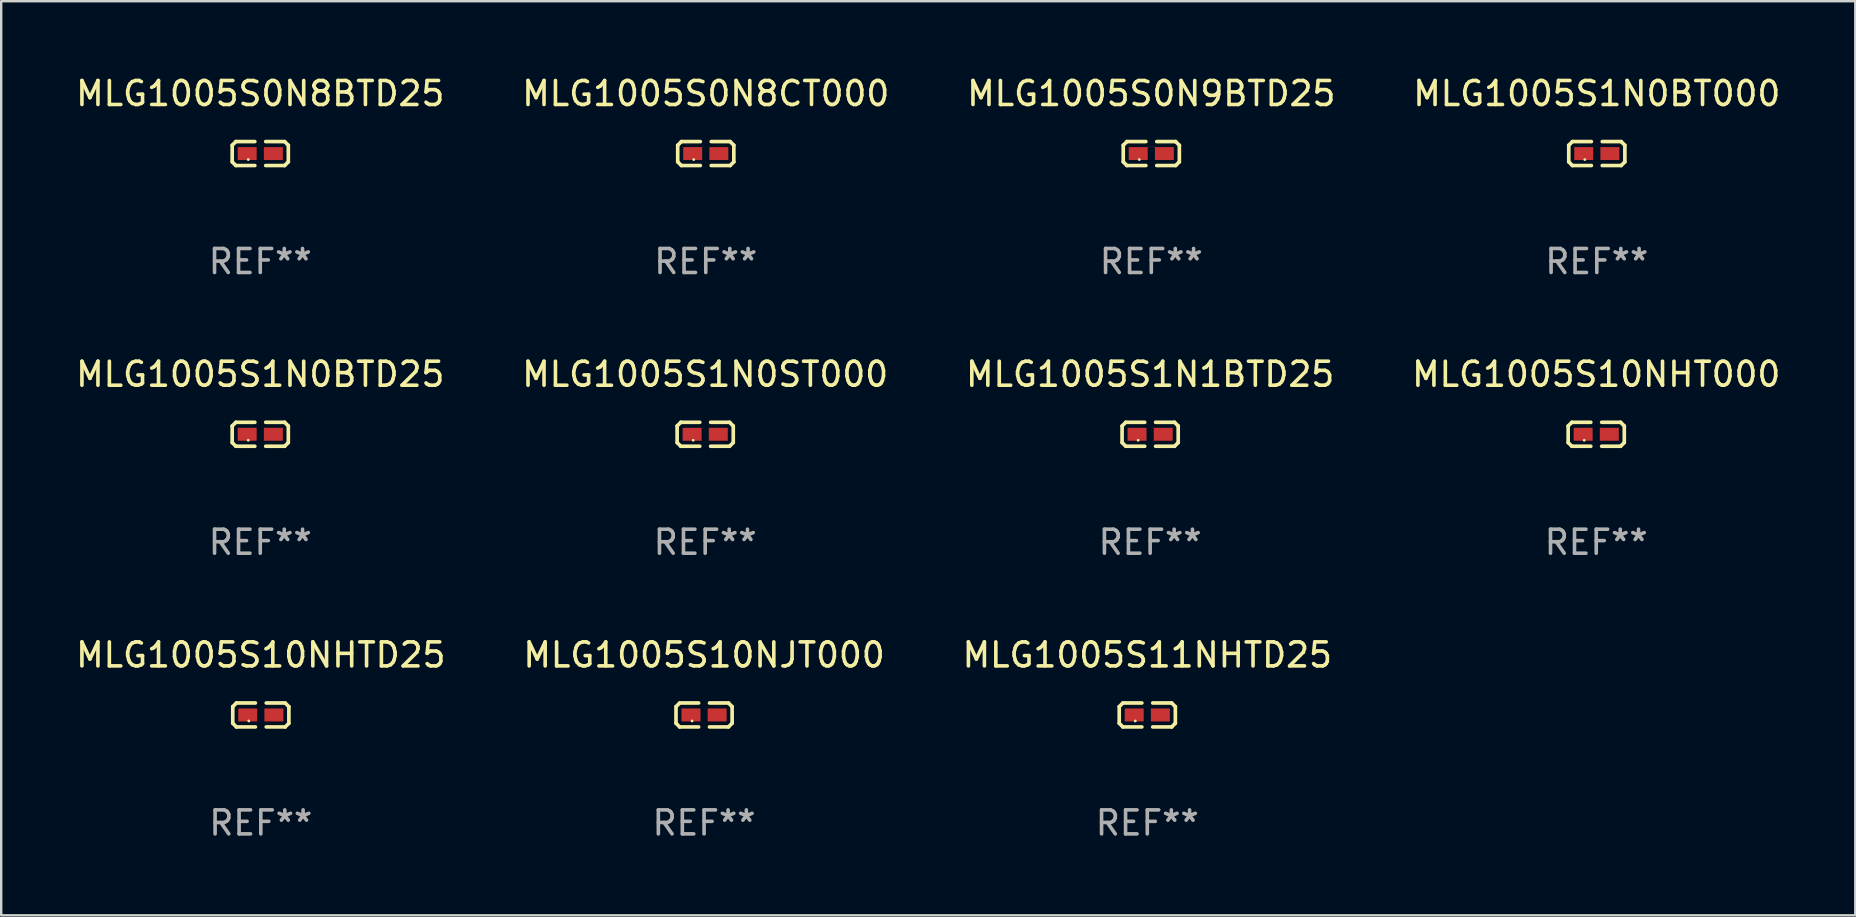
<source format=kicad_pcb>
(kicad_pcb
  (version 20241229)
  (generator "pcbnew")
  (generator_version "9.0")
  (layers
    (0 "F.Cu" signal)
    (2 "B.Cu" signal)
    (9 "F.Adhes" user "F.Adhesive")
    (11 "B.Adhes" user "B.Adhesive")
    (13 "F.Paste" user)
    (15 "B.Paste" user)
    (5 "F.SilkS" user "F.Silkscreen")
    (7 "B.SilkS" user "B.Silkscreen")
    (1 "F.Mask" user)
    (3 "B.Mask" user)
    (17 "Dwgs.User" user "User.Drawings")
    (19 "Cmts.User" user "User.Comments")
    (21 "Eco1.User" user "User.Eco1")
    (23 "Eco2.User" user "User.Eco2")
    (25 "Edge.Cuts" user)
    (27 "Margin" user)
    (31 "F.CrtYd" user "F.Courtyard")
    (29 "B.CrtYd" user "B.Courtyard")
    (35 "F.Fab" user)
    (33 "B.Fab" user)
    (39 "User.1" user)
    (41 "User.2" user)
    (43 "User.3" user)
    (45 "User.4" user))
  (footprint "MLG1005S10NHT000"
    (layer "F.Cu")
    (at 63.446 15.041)
    (property "Reference" "MLG1005S10NHT000" (at 0 -2.499 0) (layer "F.SilkS") (effects (font (size 1 1) (thickness 0.15))))
    (attr through_hole)
    (fp_line (start -1.169 -0.346) (end -1.016 -0.499) (stroke (width 0.152) (type solid)) (layer "F.SilkS"))
    (fp_line (start -1.169 0.346) (end -1.169 -0.346) (stroke (width 0.152) (type solid)) (layer "F.SilkS"))
    (fp_line (start -1.016 -0.499) (end -0.226 -0.499) (stroke (width 0.152) (type solid)) (layer "F.SilkS"))
    (fp_line (start -1.016 0.499) (end -1.169 0.346) (stroke (width 0.152) (type solid)) (layer "F.SilkS"))
    (fp_line (start -0.226 0.499) (end -1.016 0.499) (stroke (width 0.152) (type solid)) (layer "F.SilkS"))
    (fp_line (start 0.226 0.499) (end 1.016 0.499) (stroke (width 0.152) (type solid)) (layer "F.SilkS"))
    (fp_line (start 1.016 -0.499) (end 0.226 -0.499) (stroke (width 0.152) (type solid)) (layer "F.SilkS"))
    (fp_line (start 1.016 0.499) (end 1.169 0.346) (stroke (width 0.152) (type solid)) (layer "F.SilkS"))
    (fp_line (start 1.169 -0.346) (end 1.016 -0.499) (stroke (width 0.152) (type solid)) (layer "F.SilkS"))
    (fp_line (start 1.169 0.346) (end 1.169 -0.346) (stroke (width 0.152) (type solid)) (layer "F.SilkS"))
    (fp_circle (center -0.5 0.25) (end -0.47 0.25) (stroke (width 0.06) (type solid)) (fill no) (layer "F.SilkS"))
    (fp_text user "REF**" (at 0 4.499 0) (layer "F.Fab") (effects (font (size 1 1) (thickness 0.15))))
    (pad "1" smd rect (at -0.545 0) (size 0.79 0.54) (layers "F.Cu" "F.Mask" "F.Paste"))
    (pad "2" smd rect (at 0.545 0) (size 0.79 0.54) (layers "F.Cu" "F.Mask" "F.Paste")))
  (footprint "MLG1005S1N0ST000"
    (layer "F.Cu")
    (at 26.327 15.041)
    (property "Reference" "MLG1005S1N0ST000" (at 0 -2.499 0) (layer "F.SilkS") (effects (font (size 1 1) (thickness 0.15))))
    (attr through_hole)
    (fp_line (start -1.169 -0.346) (end -1.016 -0.499) (stroke (width 0.152) (type solid)) (layer "F.SilkS"))
    (fp_line (start -1.169 0.346) (end -1.169 -0.346) (stroke (width 0.152) (type solid)) (layer "F.SilkS"))
    (fp_line (start -1.016 -0.499) (end -0.226 -0.499) (stroke (width 0.152) (type solid)) (layer "F.SilkS"))
    (fp_line (start -1.016 0.499) (end -1.169 0.346) (stroke (width 0.152) (type solid)) (layer "F.SilkS"))
    (fp_line (start -0.226 0.499) (end -1.016 0.499) (stroke (width 0.152) (type solid)) (layer "F.SilkS"))
    (fp_line (start 0.226 0.499) (end 1.016 0.499) (stroke (width 0.152) (type solid)) (layer "F.SilkS"))
    (fp_line (start 1.016 -0.499) (end 0.226 -0.499) (stroke (width 0.152) (type solid)) (layer "F.SilkS"))
    (fp_line (start 1.016 0.499) (end 1.169 0.346) (stroke (width 0.152) (type solid)) (layer "F.SilkS"))
    (fp_line (start 1.169 -0.346) (end 1.016 -0.499) (stroke (width 0.152) (type solid)) (layer "F.SilkS"))
    (fp_line (start 1.169 0.346) (end 1.169 -0.346) (stroke (width 0.152) (type solid)) (layer "F.SilkS"))
    (fp_circle (center -0.5 0.25) (end -0.47 0.25) (stroke (width 0.06) (type solid)) (fill no) (layer "F.SilkS"))
    (fp_text user "REF**" (at 0 4.499 0) (layer "F.Fab") (effects (font (size 1 1) (thickness 0.15))))
    (pad "1" smd rect (at -0.545 0) (size 0.79 0.54) (layers "F.Cu" "F.Mask" "F.Paste"))
    (pad "2" smd rect (at 0.545 0) (size 0.79 0.54) (layers "F.Cu" "F.Mask" "F.Paste")))
  (footprint "MLG1005S0N8BTD25"
    (layer "F.Cu")
    (at 7.792 3.347)
    (property "Reference" "MLG1005S0N8BTD25" (at 0 -2.499 0) (layer "F.SilkS") (effects (font (size 1 1) (thickness 0.15))))
    (attr through_hole)
    (fp_line (start -1.169 -0.346) (end -1.016 -0.499) (stroke (width 0.152) (type solid)) (layer "F.SilkS"))
    (fp_line (start -1.169 0.346) (end -1.169 -0.346) (stroke (width 0.152) (type solid)) (layer "F.SilkS"))
    (fp_line (start -1.016 -0.499) (end -0.226 -0.499) (stroke (width 0.152) (type solid)) (layer "F.SilkS"))
    (fp_line (start -1.016 0.499) (end -1.169 0.346) (stroke (width 0.152) (type solid)) (layer "F.SilkS"))
    (fp_line (start -0.226 0.499) (end -1.016 0.499) (stroke (width 0.152) (type solid)) (layer "F.SilkS"))
    (fp_line (start 0.226 0.499) (end 1.016 0.499) (stroke (width 0.152) (type solid)) (layer "F.SilkS"))
    (fp_line (start 1.016 -0.499) (end 0.226 -0.499) (stroke (width 0.152) (type solid)) (layer "F.SilkS"))
    (fp_line (start 1.016 0.499) (end 1.169 0.346) (stroke (width 0.152) (type solid)) (layer "F.SilkS"))
    (fp_line (start 1.169 -0.346) (end 1.016 -0.499) (stroke (width 0.152) (type solid)) (layer "F.SilkS"))
    (fp_line (start 1.169 0.346) (end 1.169 -0.346) (stroke (width 0.152) (type solid)) (layer "F.SilkS"))
    (fp_circle (center -0.5 0.25) (end -0.47 0.25) (stroke (width 0.06) (type solid)) (fill no) (layer "F.SilkS"))
    (fp_text user "REF**" (at 0 4.499 0) (layer "F.Fab") (effects (font (size 1 1) (thickness 0.15))))
    (pad "1" smd rect (at -0.545 0) (size 0.79 0.54) (layers "F.Cu" "F.Mask" "F.Paste"))
    (pad "2" smd rect (at 0.545 0) (size 0.79 0.54) (layers "F.Cu" "F.Mask" "F.Paste")))
  (footprint "MLG1005S11NHTD25"
    (layer "F.Cu")
    (at 44.744 26.734)
    (property "Reference" "MLG1005S11NHTD25" (at 0 -2.499 0) (layer "F.SilkS") (effects (font (size 1 1) (thickness 0.15))))
    (attr through_hole)
    (fp_line (start -1.169 -0.346) (end -1.016 -0.499) (stroke (width 0.152) (type solid)) (layer "F.SilkS"))
    (fp_line (start -1.169 0.346) (end -1.169 -0.346) (stroke (width 0.152) (type solid)) (layer "F.SilkS"))
    (fp_line (start -1.016 -0.499) (end -0.226 -0.499) (stroke (width 0.152) (type solid)) (layer "F.SilkS"))
    (fp_line (start -1.016 0.499) (end -1.169 0.346) (stroke (width 0.152) (type solid)) (layer "F.SilkS"))
    (fp_line (start -0.226 0.499) (end -1.016 0.499) (stroke (width 0.152) (type solid)) (layer "F.SilkS"))
    (fp_line (start 0.226 0.499) (end 1.016 0.499) (stroke (width 0.152) (type solid)) (layer "F.SilkS"))
    (fp_line (start 1.016 -0.499) (end 0.226 -0.499) (stroke (width 0.152) (type solid)) (layer "F.SilkS"))
    (fp_line (start 1.016 0.499) (end 1.169 0.346) (stroke (width 0.152) (type solid)) (layer "F.SilkS"))
    (fp_line (start 1.169 -0.346) (end 1.016 -0.499) (stroke (width 0.152) (type solid)) (layer "F.SilkS"))
    (fp_line (start 1.169 0.346) (end 1.169 -0.346) (stroke (width 0.152) (type solid)) (layer "F.SilkS"))
    (fp_circle (center -0.5 0.25) (end -0.47 0.25) (stroke (width 0.06) (type solid)) (fill no) (layer "F.SilkS"))
    (fp_text user "REF**" (at 0 4.499 0) (layer "F.Fab") (effects (font (size 1 1) (thickness 0.15))))
    (pad "1" smd rect (at -0.545 0) (size 0.79 0.54) (layers "F.Cu" "F.Mask" "F.Paste"))
    (pad "2" smd rect (at 0.545 0) (size 0.79 0.54) (layers "F.Cu" "F.Mask" "F.Paste")))
  (footprint "MLG1005S0N9BTD25"
    (layer "F.Cu")
    (at 44.911 3.347)
    (property "Reference" "MLG1005S0N9BTD25" (at 0 -2.499 0) (layer "F.SilkS") (effects (font (size 1 1) (thickness 0.15))))
    (attr through_hole)
    (fp_line (start -1.169 -0.346) (end -1.016 -0.499) (stroke (width 0.152) (type solid)) (layer "F.SilkS"))
    (fp_line (start -1.169 0.346) (end -1.169 -0.346) (stroke (width 0.152) (type solid)) (layer "F.SilkS"))
    (fp_line (start -1.016 -0.499) (end -0.226 -0.499) (stroke (width 0.152) (type solid)) (layer "F.SilkS"))
    (fp_line (start -1.016 0.499) (end -1.169 0.346) (stroke (width 0.152) (type solid)) (layer "F.SilkS"))
    (fp_line (start -0.226 0.499) (end -1.016 0.499) (stroke (width 0.152) (type solid)) (layer "F.SilkS"))
    (fp_line (start 0.226 0.499) (end 1.016 0.499) (stroke (width 0.152) (type solid)) (layer "F.SilkS"))
    (fp_line (start 1.016 -0.499) (end 0.226 -0.499) (stroke (width 0.152) (type solid)) (layer "F.SilkS"))
    (fp_line (start 1.016 0.499) (end 1.169 0.346) (stroke (width 0.152) (type solid)) (layer "F.SilkS"))
    (fp_line (start 1.169 -0.346) (end 1.016 -0.499) (stroke (width 0.152) (type solid)) (layer "F.SilkS"))
    (fp_line (start 1.169 0.346) (end 1.169 -0.346) (stroke (width 0.152) (type solid)) (layer "F.SilkS"))
    (fp_circle (center -0.5 0.25) (end -0.47 0.25) (stroke (width 0.06) (type solid)) (fill no) (layer "F.SilkS"))
    (fp_text user "REF**" (at 0 4.499 0) (layer "F.Fab") (effects (font (size 1 1) (thickness 0.15))))
    (pad "1" smd rect (at -0.545 0) (size 0.79 0.54) (layers "F.Cu" "F.Mask" "F.Paste"))
    (pad "2" smd rect (at 0.545 0) (size 0.79 0.54) (layers "F.Cu" "F.Mask" "F.Paste")))
  (footprint "MLG1005S1N0BT000"
    (layer "F.Cu")
    (at 63.47 3.347)
    (property "Reference" "MLG1005S1N0BT000" (at 0 -2.499 0) (layer "F.SilkS") (effects (font (size 1 1) (thickness 0.15))))
    (attr through_hole)
    (fp_line (start -1.169 -0.346) (end -1.016 -0.499) (stroke (width 0.152) (type solid)) (layer "F.SilkS"))
    (fp_line (start -1.169 0.346) (end -1.169 -0.346) (stroke (width 0.152) (type solid)) (layer "F.SilkS"))
    (fp_line (start -1.016 -0.499) (end -0.226 -0.499) (stroke (width 0.152) (type solid)) (layer "F.SilkS"))
    (fp_line (start -1.016 0.499) (end -1.169 0.346) (stroke (width 0.152) (type solid)) (layer "F.SilkS"))
    (fp_line (start -0.226 0.499) (end -1.016 0.499) (stroke (width 0.152) (type solid)) (layer "F.SilkS"))
    (fp_line (start 0.226 0.499) (end 1.016 0.499) (stroke (width 0.152) (type solid)) (layer "F.SilkS"))
    (fp_line (start 1.016 -0.499) (end 0.226 -0.499) (stroke (width 0.152) (type solid)) (layer "F.SilkS"))
    (fp_line (start 1.016 0.499) (end 1.169 0.346) (stroke (width 0.152) (type solid)) (layer "F.SilkS"))
    (fp_line (start 1.169 -0.346) (end 1.016 -0.499) (stroke (width 0.152) (type solid)) (layer "F.SilkS"))
    (fp_line (start 1.169 0.346) (end 1.169 -0.346) (stroke (width 0.152) (type solid)) (layer "F.SilkS"))
    (fp_circle (center -0.5 0.25) (end -0.47 0.25) (stroke (width 0.06) (type solid)) (fill no) (layer "F.SilkS"))
    (fp_text user "REF**" (at 0 4.499 0) (layer "F.Fab") (effects (font (size 1 1) (thickness 0.15))))
    (pad "1" smd rect (at -0.545 0) (size 0.79 0.54) (layers "F.Cu" "F.Mask" "F.Paste"))
    (pad "2" smd rect (at 0.545 0) (size 0.79 0.54) (layers "F.Cu" "F.Mask" "F.Paste")))
  (footprint "MLG1005S1N1BTD25"
    (layer "F.Cu")
    (at 44.863 15.041)
    (property "Reference" "MLG1005S1N1BTD25" (at 0 -2.499 0) (layer "F.SilkS") (effects (font (size 1 1) (thickness 0.15))))
    (attr through_hole)
    (fp_line (start -1.169 -0.346) (end -1.016 -0.499) (stroke (width 0.152) (type solid)) (layer "F.SilkS"))
    (fp_line (start -1.169 0.346) (end -1.169 -0.346) (stroke (width 0.152) (type solid)) (layer "F.SilkS"))
    (fp_line (start -1.016 -0.499) (end -0.226 -0.499) (stroke (width 0.152) (type solid)) (layer "F.SilkS"))
    (fp_line (start -1.016 0.499) (end -1.169 0.346) (stroke (width 0.152) (type solid)) (layer "F.SilkS"))
    (fp_line (start -0.226 0.499) (end -1.016 0.499) (stroke (width 0.152) (type solid)) (layer "F.SilkS"))
    (fp_line (start 0.226 0.499) (end 1.016 0.499) (stroke (width 0.152) (type solid)) (layer "F.SilkS"))
    (fp_line (start 1.016 -0.499) (end 0.226 -0.499) (stroke (width 0.152) (type solid)) (layer "F.SilkS"))
    (fp_line (start 1.016 0.499) (end 1.169 0.346) (stroke (width 0.152) (type solid)) (layer "F.SilkS"))
    (fp_line (start 1.169 -0.346) (end 1.016 -0.499) (stroke (width 0.152) (type solid)) (layer "F.SilkS"))
    (fp_line (start 1.169 0.346) (end 1.169 -0.346) (stroke (width 0.152) (type solid)) (layer "F.SilkS"))
    (fp_circle (center -0.5 0.25) (end -0.47 0.25) (stroke (width 0.06) (type solid)) (fill no) (layer "F.SilkS"))
    (fp_text user "REF**" (at 0 4.499 0) (layer "F.Fab") (effects (font (size 1 1) (thickness 0.15))))
    (pad "1" smd rect (at -0.545 0) (size 0.79 0.54) (layers "F.Cu" "F.Mask" "F.Paste"))
    (pad "2" smd rect (at 0.545 0) (size 0.79 0.54) (layers "F.Cu" "F.Mask" "F.Paste")))
  (footprint "MLG1005S1N0BTD25"
    (layer "F.Cu")
    (at 7.792 15.041)
    (property "Reference" "MLG1005S1N0BTD25" (at 0 -2.499 0) (layer "F.SilkS") (effects (font (size 1 1) (thickness 0.15))))
    (attr through_hole)
    (fp_line (start -1.169 -0.346) (end -1.016 -0.499) (stroke (width 0.152) (type solid)) (layer "F.SilkS"))
    (fp_line (start -1.169 0.346) (end -1.169 -0.346) (stroke (width 0.152) (type solid)) (layer "F.SilkS"))
    (fp_line (start -1.016 -0.499) (end -0.226 -0.499) (stroke (width 0.152) (type solid)) (layer "F.SilkS"))
    (fp_line (start -1.016 0.499) (end -1.169 0.346) (stroke (width 0.152) (type solid)) (layer "F.SilkS"))
    (fp_line (start -0.226 0.499) (end -1.016 0.499) (stroke (width 0.152) (type solid)) (layer "F.SilkS"))
    (fp_line (start 0.226 0.499) (end 1.016 0.499) (stroke (width 0.152) (type solid)) (layer "F.SilkS"))
    (fp_line (start 1.016 -0.499) (end 0.226 -0.499) (stroke (width 0.152) (type solid)) (layer "F.SilkS"))
    (fp_line (start 1.016 0.499) (end 1.169 0.346) (stroke (width 0.152) (type solid)) (layer "F.SilkS"))
    (fp_line (start 1.169 -0.346) (end 1.016 -0.499) (stroke (width 0.152) (type solid)) (layer "F.SilkS"))
    (fp_line (start 1.169 0.346) (end 1.169 -0.346) (stroke (width 0.152) (type solid)) (layer "F.SilkS"))
    (fp_circle (center -0.5 0.25) (end -0.47 0.25) (stroke (width 0.06) (type solid)) (fill no) (layer "F.SilkS"))
    (fp_text user "REF**" (at 0 4.499 0) (layer "F.Fab") (effects (font (size 1 1) (thickness 0.15))))
    (pad "1" smd rect (at -0.545 0) (size 0.79 0.54) (layers "F.Cu" "F.Mask" "F.Paste"))
    (pad "2" smd rect (at 0.545 0) (size 0.79 0.54) (layers "F.Cu" "F.Mask" "F.Paste")))
  (footprint "MLG1005S10NHTD25"
    (layer "F.Cu")
    (at 7.815 26.734)
    (property "Reference" "MLG1005S10NHTD25" (at 0 -2.499 0) (layer "F.SilkS") (effects (font (size 1 1) (thickness 0.15))))
    (attr through_hole)
    (fp_line (start -1.169 -0.346) (end -1.016 -0.499) (stroke (width 0.152) (type solid)) (layer "F.SilkS"))
    (fp_line (start -1.169 0.346) (end -1.169 -0.346) (stroke (width 0.152) (type solid)) (layer "F.SilkS"))
    (fp_line (start -1.016 -0.499) (end -0.226 -0.499) (stroke (width 0.152) (type solid)) (layer "F.SilkS"))
    (fp_line (start -1.016 0.499) (end -1.169 0.346) (stroke (width 0.152) (type solid)) (layer "F.SilkS"))
    (fp_line (start -0.226 0.499) (end -1.016 0.499) (stroke (width 0.152) (type solid)) (layer "F.SilkS"))
    (fp_line (start 0.226 0.499) (end 1.016 0.499) (stroke (width 0.152) (type solid)) (layer "F.SilkS"))
    (fp_line (start 1.016 -0.499) (end 0.226 -0.499) (stroke (width 0.152) (type solid)) (layer "F.SilkS"))
    (fp_line (start 1.016 0.499) (end 1.169 0.346) (stroke (width 0.152) (type solid)) (layer "F.SilkS"))
    (fp_line (start 1.169 -0.346) (end 1.016 -0.499) (stroke (width 0.152) (type solid)) (layer "F.SilkS"))
    (fp_line (start 1.169 0.346) (end 1.169 -0.346) (stroke (width 0.152) (type solid)) (layer "F.SilkS"))
    (fp_circle (center -0.5 0.25) (end -0.47 0.25) (stroke (width 0.06) (type solid)) (fill no) (layer "F.SilkS"))
    (fp_text user "REF**" (at 0 4.499 0) (layer "F.Fab") (effects (font (size 1 1) (thickness 0.15))))
    (pad "1" smd rect (at -0.545 0) (size 0.79 0.54) (layers "F.Cu" "F.Mask" "F.Paste"))
    (pad "2" smd rect (at 0.545 0) (size 0.79 0.54) (layers "F.Cu" "F.Mask" "F.Paste")))
  (footprint "MLG1005S0N8CT000"
    (layer "F.Cu")
    (at 26.351 3.347)
    (property "Reference" "MLG1005S0N8CT000" (at 0 -2.499 0) (layer "F.SilkS") (effects (font (size 1 1) (thickness 0.15))))
    (attr through_hole)
    (fp_line (start -1.169 -0.346) (end -1.016 -0.499) (stroke (width 0.152) (type solid)) (layer "F.SilkS"))
    (fp_line (start -1.169 0.346) (end -1.169 -0.346) (stroke (width 0.152) (type solid)) (layer "F.SilkS"))
    (fp_line (start -1.016 -0.499) (end -0.226 -0.499) (stroke (width 0.152) (type solid)) (layer "F.SilkS"))
    (fp_line (start -1.016 0.499) (end -1.169 0.346) (stroke (width 0.152) (type solid)) (layer "F.SilkS"))
    (fp_line (start -0.226 0.499) (end -1.016 0.499) (stroke (width 0.152) (type solid)) (layer "F.SilkS"))
    (fp_line (start 0.226 0.499) (end 1.016 0.499) (stroke (width 0.152) (type solid)) (layer "F.SilkS"))
    (fp_line (start 1.016 -0.499) (end 0.226 -0.499) (stroke (width 0.152) (type solid)) (layer "F.SilkS"))
    (fp_line (start 1.016 0.499) (end 1.169 0.346) (stroke (width 0.152) (type solid)) (layer "F.SilkS"))
    (fp_line (start 1.169 -0.346) (end 1.016 -0.499) (stroke (width 0.152) (type solid)) (layer "F.SilkS"))
    (fp_line (start 1.169 0.346) (end 1.169 -0.346) (stroke (width 0.152) (type solid)) (layer "F.SilkS"))
    (fp_circle (center -0.5 0.25) (end -0.47 0.25) (stroke (width 0.06) (type solid)) (fill no) (layer "F.SilkS"))
    (fp_text user "REF**" (at 0 4.499 0) (layer "F.Fab") (effects (font (size 1 1) (thickness 0.15))))
    (pad "1" smd rect (at -0.545 0) (size 0.79 0.54) (layers "F.Cu" "F.Mask" "F.Paste"))
    (pad "2" smd rect (at 0.545 0) (size 0.79 0.54) (layers "F.Cu" "F.Mask" "F.Paste")))
  (footprint "MLG1005S10NJT000"
    (layer "F.Cu")
    (at 26.28 26.734)
    (property "Reference" "MLG1005S10NJT000" (at 0 -2.499 0) (layer "F.SilkS") (effects (font (size 1 1) (thickness 0.15))))
    (attr through_hole)
    (fp_line (start -1.169 -0.346) (end -1.016 -0.499) (stroke (width 0.152) (type solid)) (layer "F.SilkS"))
    (fp_line (start -1.169 0.346) (end -1.169 -0.346) (stroke (width 0.152) (type solid)) (layer "F.SilkS"))
    (fp_line (start -1.016 -0.499) (end -0.226 -0.499) (stroke (width 0.152) (type solid)) (layer "F.SilkS"))
    (fp_line (start -1.016 0.499) (end -1.169 0.346) (stroke (width 0.152) (type solid)) (layer "F.SilkS"))
    (fp_line (start -0.226 0.499) (end -1.016 0.499) (stroke (width 0.152) (type solid)) (layer "F.SilkS"))
    (fp_line (start 0.226 0.499) (end 1.016 0.499) (stroke (width 0.152) (type solid)) (layer "F.SilkS"))
    (fp_line (start 1.016 -0.499) (end 0.226 -0.499) (stroke (width 0.152) (type solid)) (layer "F.SilkS"))
    (fp_line (start 1.016 0.499) (end 1.169 0.346) (stroke (width 0.152) (type solid)) (layer "F.SilkS"))
    (fp_line (start 1.169 -0.346) (end 1.016 -0.499) (stroke (width 0.152) (type solid)) (layer "F.SilkS"))
    (fp_line (start 1.169 0.346) (end 1.169 -0.346) (stroke (width 0.152) (type solid)) (layer "F.SilkS"))
    (fp_circle (center -0.5 0.25) (end -0.47 0.25) (stroke (width 0.06) (type solid)) (fill no) (layer "F.SilkS"))
    (fp_text user "REF**" (at 0 4.499 0) (layer "F.Fab") (effects (font (size 1 1) (thickness 0.15))))
    (pad "1" smd rect (at -0.545 0) (size 0.79 0.54) (layers "F.Cu" "F.Mask" "F.Paste"))
    (pad "2" smd rect (at 0.545 0) (size 0.79 0.54) (layers "F.Cu" "F.Mask" "F.Paste")))
  (gr_rect
    (start -3 -3)
    (end 74.238 35.081)
    (stroke (width 0.1) (type default))
    (fill no)
    (layer "Edge.Cuts")))
</source>
